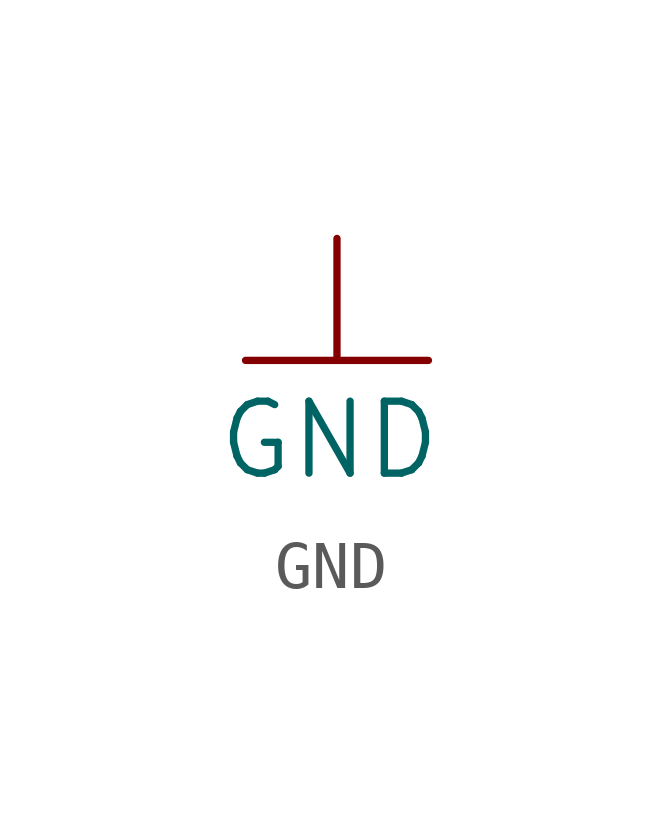
<source format=kicad_sym>
(kicad_symbol_lib
  (version 20231120)
  (generator "kicad_symbol_editor")
  (generator_version "8.0")
  (symbol "GND"
    (power)
    (pin_names
      (offset 1.016))
    (property "Reference" "#GND"
      (at 0 0 0)
      (effects (font (size 1.27 1.27)) (hide yes)))
    (property "Value" "GND"
      (at -2.54 -2.54 0)
      (effects (font (size 1.499 1.499)) (justify left bottom)))
    (property "ki_locked" ""
      (at 0 0 0)
      (effects (font (size 1.27 1.27))))
    (symbol "GND_1_0"
      (polyline (pts (xy -1.905 0) (xy 1.905 0)) (stroke (width 0) (type solid)) (fill (type none)))
      (pin power_in line (at 0 2.54 270) (length 2.54) (name "GND" (effects (font (size 0 0)))) (number "1" (effects (font (size 0 0))))))))
</source>
